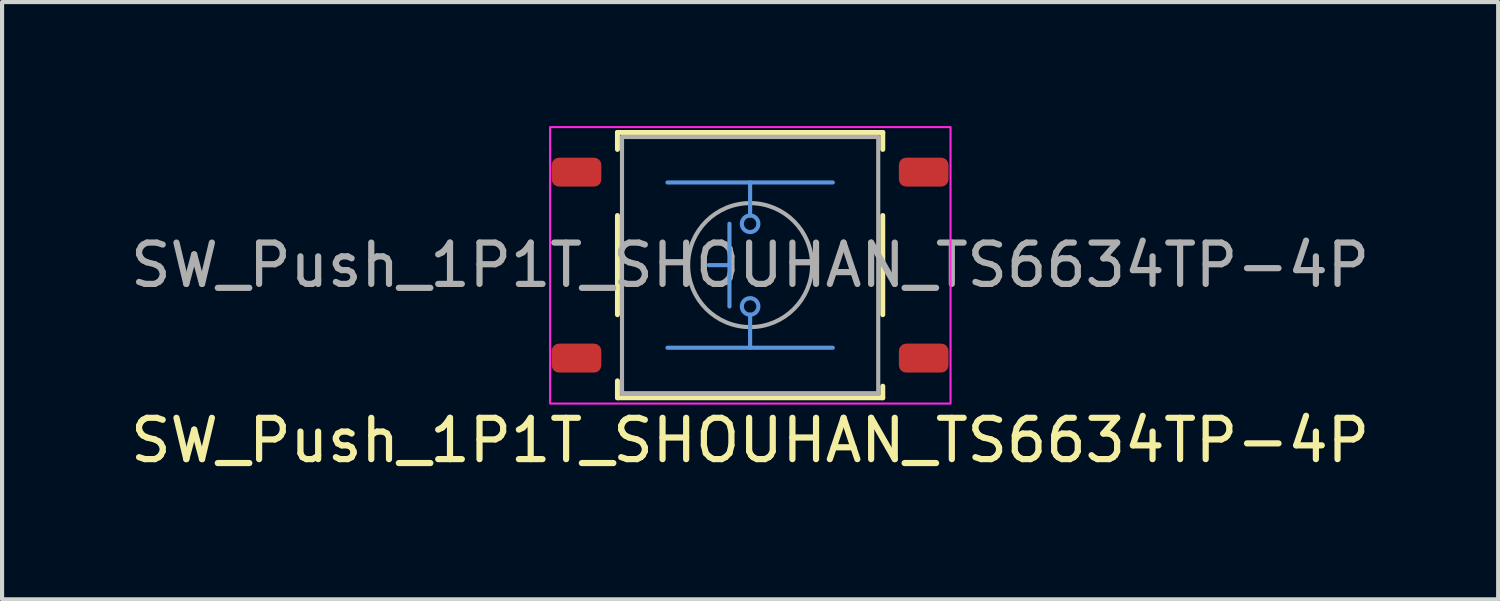
<source format=kicad_pcb>
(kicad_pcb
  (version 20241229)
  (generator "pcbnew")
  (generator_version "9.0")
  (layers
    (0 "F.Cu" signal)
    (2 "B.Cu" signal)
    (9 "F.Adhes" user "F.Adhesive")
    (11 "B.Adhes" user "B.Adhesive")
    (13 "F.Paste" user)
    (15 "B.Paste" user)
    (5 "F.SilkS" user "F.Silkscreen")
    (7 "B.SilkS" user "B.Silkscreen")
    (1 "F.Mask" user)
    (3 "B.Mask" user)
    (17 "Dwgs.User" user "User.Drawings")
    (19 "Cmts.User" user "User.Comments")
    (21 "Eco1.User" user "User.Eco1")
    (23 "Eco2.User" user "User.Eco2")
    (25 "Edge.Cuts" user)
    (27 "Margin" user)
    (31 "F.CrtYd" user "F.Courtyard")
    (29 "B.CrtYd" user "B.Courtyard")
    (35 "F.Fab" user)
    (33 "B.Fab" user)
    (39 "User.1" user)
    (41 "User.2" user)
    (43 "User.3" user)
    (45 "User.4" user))
  (footprint "SW_Push_1P1T_SHOUHAN_TS6634TP-4P"
    (layer "F.Cu")
    (at 15.101 3.365)
    (property "Reference" "SW_Push_1P1T_SHOUHAN_TS6634TP-4P" (at 0 4.24 0) (layer "F.SilkS") (effects (font (size 1 1) (thickness 0.15))))
    (attr smd)
    (fp_line (start -3.21 -3.21) (end -3.21 -2.8) (stroke (width 0.12) (type solid)) (layer "F.SilkS"))
    (fp_line (start -3.21 -1.2) (end -3.21 1.2) (stroke (width 0.12) (type solid)) (layer "F.SilkS"))
    (fp_line (start -3.21 2.8) (end -3.21 3.21) (stroke (width 0.12) (type solid)) (layer "F.SilkS"))
    (fp_line (start -3.21 3.21) (end 3.21 3.21) (stroke (width 0.12) (type solid)) (layer "F.SilkS"))
    (fp_line (start 3.21 -3.21) (end -3.21 -3.21) (stroke (width 0.12) (type solid)) (layer "F.SilkS"))
    (fp_line (start 3.21 -2.8) (end 3.21 -3.21) (stroke (width 0.12) (type solid)) (layer "F.SilkS"))
    (fp_line (start 3.21 1.2) (end 3.21 -1.2) (stroke (width 0.12) (type solid)) (layer "F.SilkS"))
    (fp_line (start 3.21 3.21) (end 3.21 2.93) (stroke (width 0.12) (type solid)) (layer "F.SilkS"))
    (fp_line (start -2 -2) (end 2 -2) (stroke (width 0.1) (type default)) (layer "Cmts.User"))
    (fp_line (start -2 2) (end 2 2) (stroke (width 0.1) (type default)) (layer "Cmts.User"))
    (fp_line (start -0.5 -1) (end -0.5 1) (stroke (width 0.1) (type default)) (layer "Cmts.User"))
    (fp_line (start -0.5 0) (end -1 0) (stroke (width 0.1) (type default)) (layer "Cmts.User"))
    (fp_line (start 0 -2) (end 0 -1.2) (stroke (width 0.1) (type default)) (layer "Cmts.User"))
    (fp_line (start 0 2) (end 0 1.2) (stroke (width 0.1) (type default)) (layer "Cmts.User"))
    (fp_circle (center 0 -1) (end 0.2 -1) (stroke (width 0.1) (type default)) (fill no) (layer "Cmts.User"))
    (fp_circle (center 0 1) (end 0.2 1) (stroke (width 0.1) (type default)) (fill no) (layer "Cmts.User"))
    (fp_rect (start -4.84 -3.34) (end 4.85 3.35) (stroke (width 0.05) (type default)) (fill no) (layer "F.CrtYd"))
    (fp_line (start -3.1 -3.1) (end 3.1 -3.1) (stroke (width 0.1) (type solid)) (layer "F.Fab"))
    (fp_line (start -3.1 3.1) (end -3.1 -3.1) (stroke (width 0.1) (type solid)) (layer "F.Fab"))
    (fp_line (start 3.1 -3.1) (end 3.1 3.1) (stroke (width 0.1) (type solid)) (layer "F.Fab"))
    (fp_line (start 3.1 3.1) (end -3.1 3.1) (stroke (width 0.1) (type solid)) (layer "F.Fab"))
    (fp_circle (center 0 0) (end 1.5 0) (stroke (width 0.1) (type solid)) (fill no) (layer "F.Fab"))
    (fp_text user "${REFERENCE}" (at 0 0 0) (layer "F.Fab") (effects (font (size 1 1) (thickness 0.15))))
    (pad "1" smd roundrect (at -4.2 -2.25) (size 1.2 0.7) (layers "F.Cu" "F.Mask" "F.Paste") (roundrect_rratio 0.25))
    (pad "2" smd roundrect (at 4.2 -2.25) (size 1.2 0.7) (layers "F.Cu" "F.Mask" "F.Paste") (roundrect_rratio 0.25))
    (pad "3" smd roundrect (at -4.2 2.25) (size 1.2 0.7) (layers "F.Cu" "F.Mask" "F.Paste") (roundrect_rratio 0.25))
    (pad "4" smd roundrect (at 4.2 2.25) (size 1.2 0.7) (layers "F.Cu" "F.Mask" "F.Paste") (roundrect_rratio 0.25)))
  (gr_rect
    (start -3 -3)
    (end 33.202 11.453)
    (stroke (width 0.1) (type default))
    (fill no)
    (layer "Edge.Cuts")))
</source>
